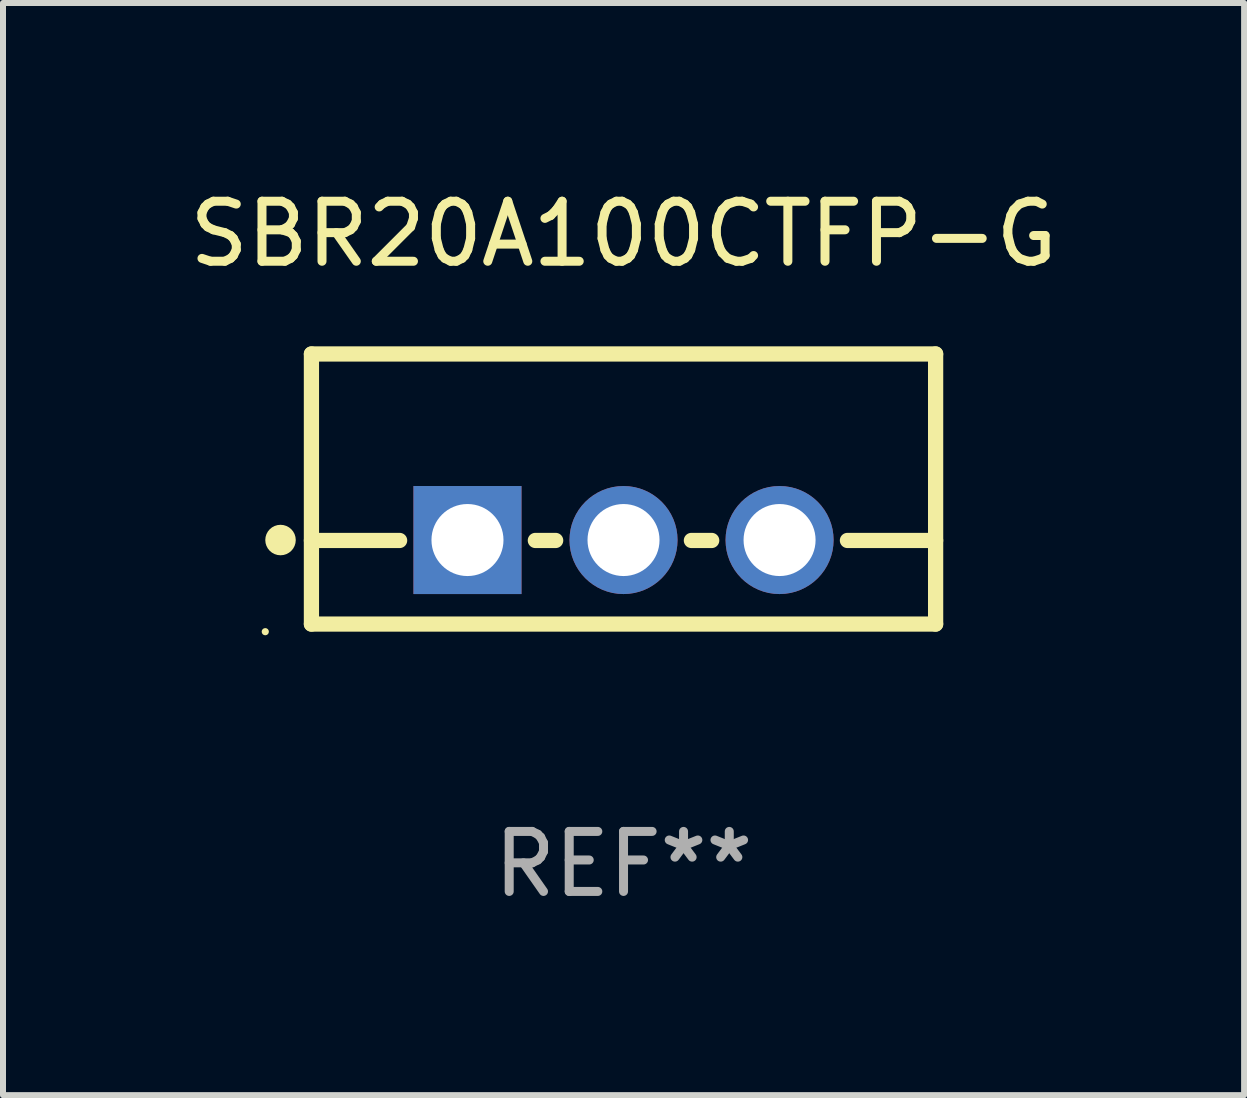
<source format=kicad_pcb>
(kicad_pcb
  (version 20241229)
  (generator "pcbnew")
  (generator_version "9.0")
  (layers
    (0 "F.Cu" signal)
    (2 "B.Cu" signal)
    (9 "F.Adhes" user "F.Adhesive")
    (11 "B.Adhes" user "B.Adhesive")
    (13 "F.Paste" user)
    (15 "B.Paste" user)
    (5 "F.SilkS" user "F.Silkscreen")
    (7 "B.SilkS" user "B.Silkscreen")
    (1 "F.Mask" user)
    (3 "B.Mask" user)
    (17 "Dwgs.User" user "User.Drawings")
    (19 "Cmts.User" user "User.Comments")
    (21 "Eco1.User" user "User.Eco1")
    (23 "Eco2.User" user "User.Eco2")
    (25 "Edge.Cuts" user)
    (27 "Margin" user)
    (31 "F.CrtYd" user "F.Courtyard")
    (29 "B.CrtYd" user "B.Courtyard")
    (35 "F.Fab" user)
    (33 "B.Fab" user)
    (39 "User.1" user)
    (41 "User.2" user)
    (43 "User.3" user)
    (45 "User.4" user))
  (footprint "SBR20A100CTFP-G"
    (layer "F.Cu")
    (at 7.339 5.098)
    (property "Reference" "SBR20A100CTFP-G" (at 0 -4.25 0) (layer "F.SilkS") (effects (font (size 1 1) (thickness 0.15))))
    (attr through_hole)
    (fp_line (start -5.2 -2.25) (end -5.2 2.25) (stroke (width 0.254) (type solid)) (layer "F.SilkS"))
    (fp_line (start -5.2 -2.25) (end 5.2 -2.25) (stroke (width 0.254) (type solid)) (layer "F.SilkS"))
    (fp_line (start -5.2 0.857) (end -3.731 0.857) (stroke (width 0.254) (type solid)) (layer "F.SilkS"))
    (fp_line (start -5.2 2.25) (end 5.2 2.25) (stroke (width 0.254) (type solid)) (layer "F.SilkS"))
    (fp_line (start -1.469 0.857) (end -1.131 0.857) (stroke (width 0.254) (type solid)) (layer "F.SilkS"))
    (fp_line (start 1.131 0.857) (end 1.469 0.857) (stroke (width 0.254) (type solid)) (layer "F.SilkS"))
    (fp_line (start 3.731 0.857) (end 5.2 0.857) (stroke (width 0.254) (type solid)) (layer "F.SilkS"))
    (fp_line (start 5.2 -2.25) (end 5.2 2.25) (stroke (width 0.254) (type solid)) (layer "F.SilkS"))
    (fp_circle (center -5.969 2.377) (end -5.939 2.377) (stroke (width 0.06) (type solid)) (fill no) (layer "F.SilkS"))
    (fp_circle (center -5.715 0.85) (end -5.588 0.85) (stroke (width 0.254) (type solid)) (fill no) (layer "F.SilkS"))
    (fp_text user "REF**" (at 0 6.25 0) (layer "F.Fab") (effects (font (size 1 1) (thickness 0.15))))
    (pad "1" thru_hole rect (at -2.6 0.85) (size 1.8 1.8) (drill 1.2) (layers "*.Cu" "*.Mask"))
    (pad "2" thru_hole circle (at 0 0.85) (size 1.8 1.8) (drill 1.2) (layers "*.Cu" "*.Mask"))
    (pad "3" thru_hole circle (at 2.6 0.85) (size 1.8 1.8) (drill 1.2) (layers "*.Cu" "*.Mask")))
  (gr_rect
    (start -3 -3)
    (end 17.679 15.197)
    (stroke (width 0.1) (type default))
    (fill no)
    (layer "Edge.Cuts")))
</source>
